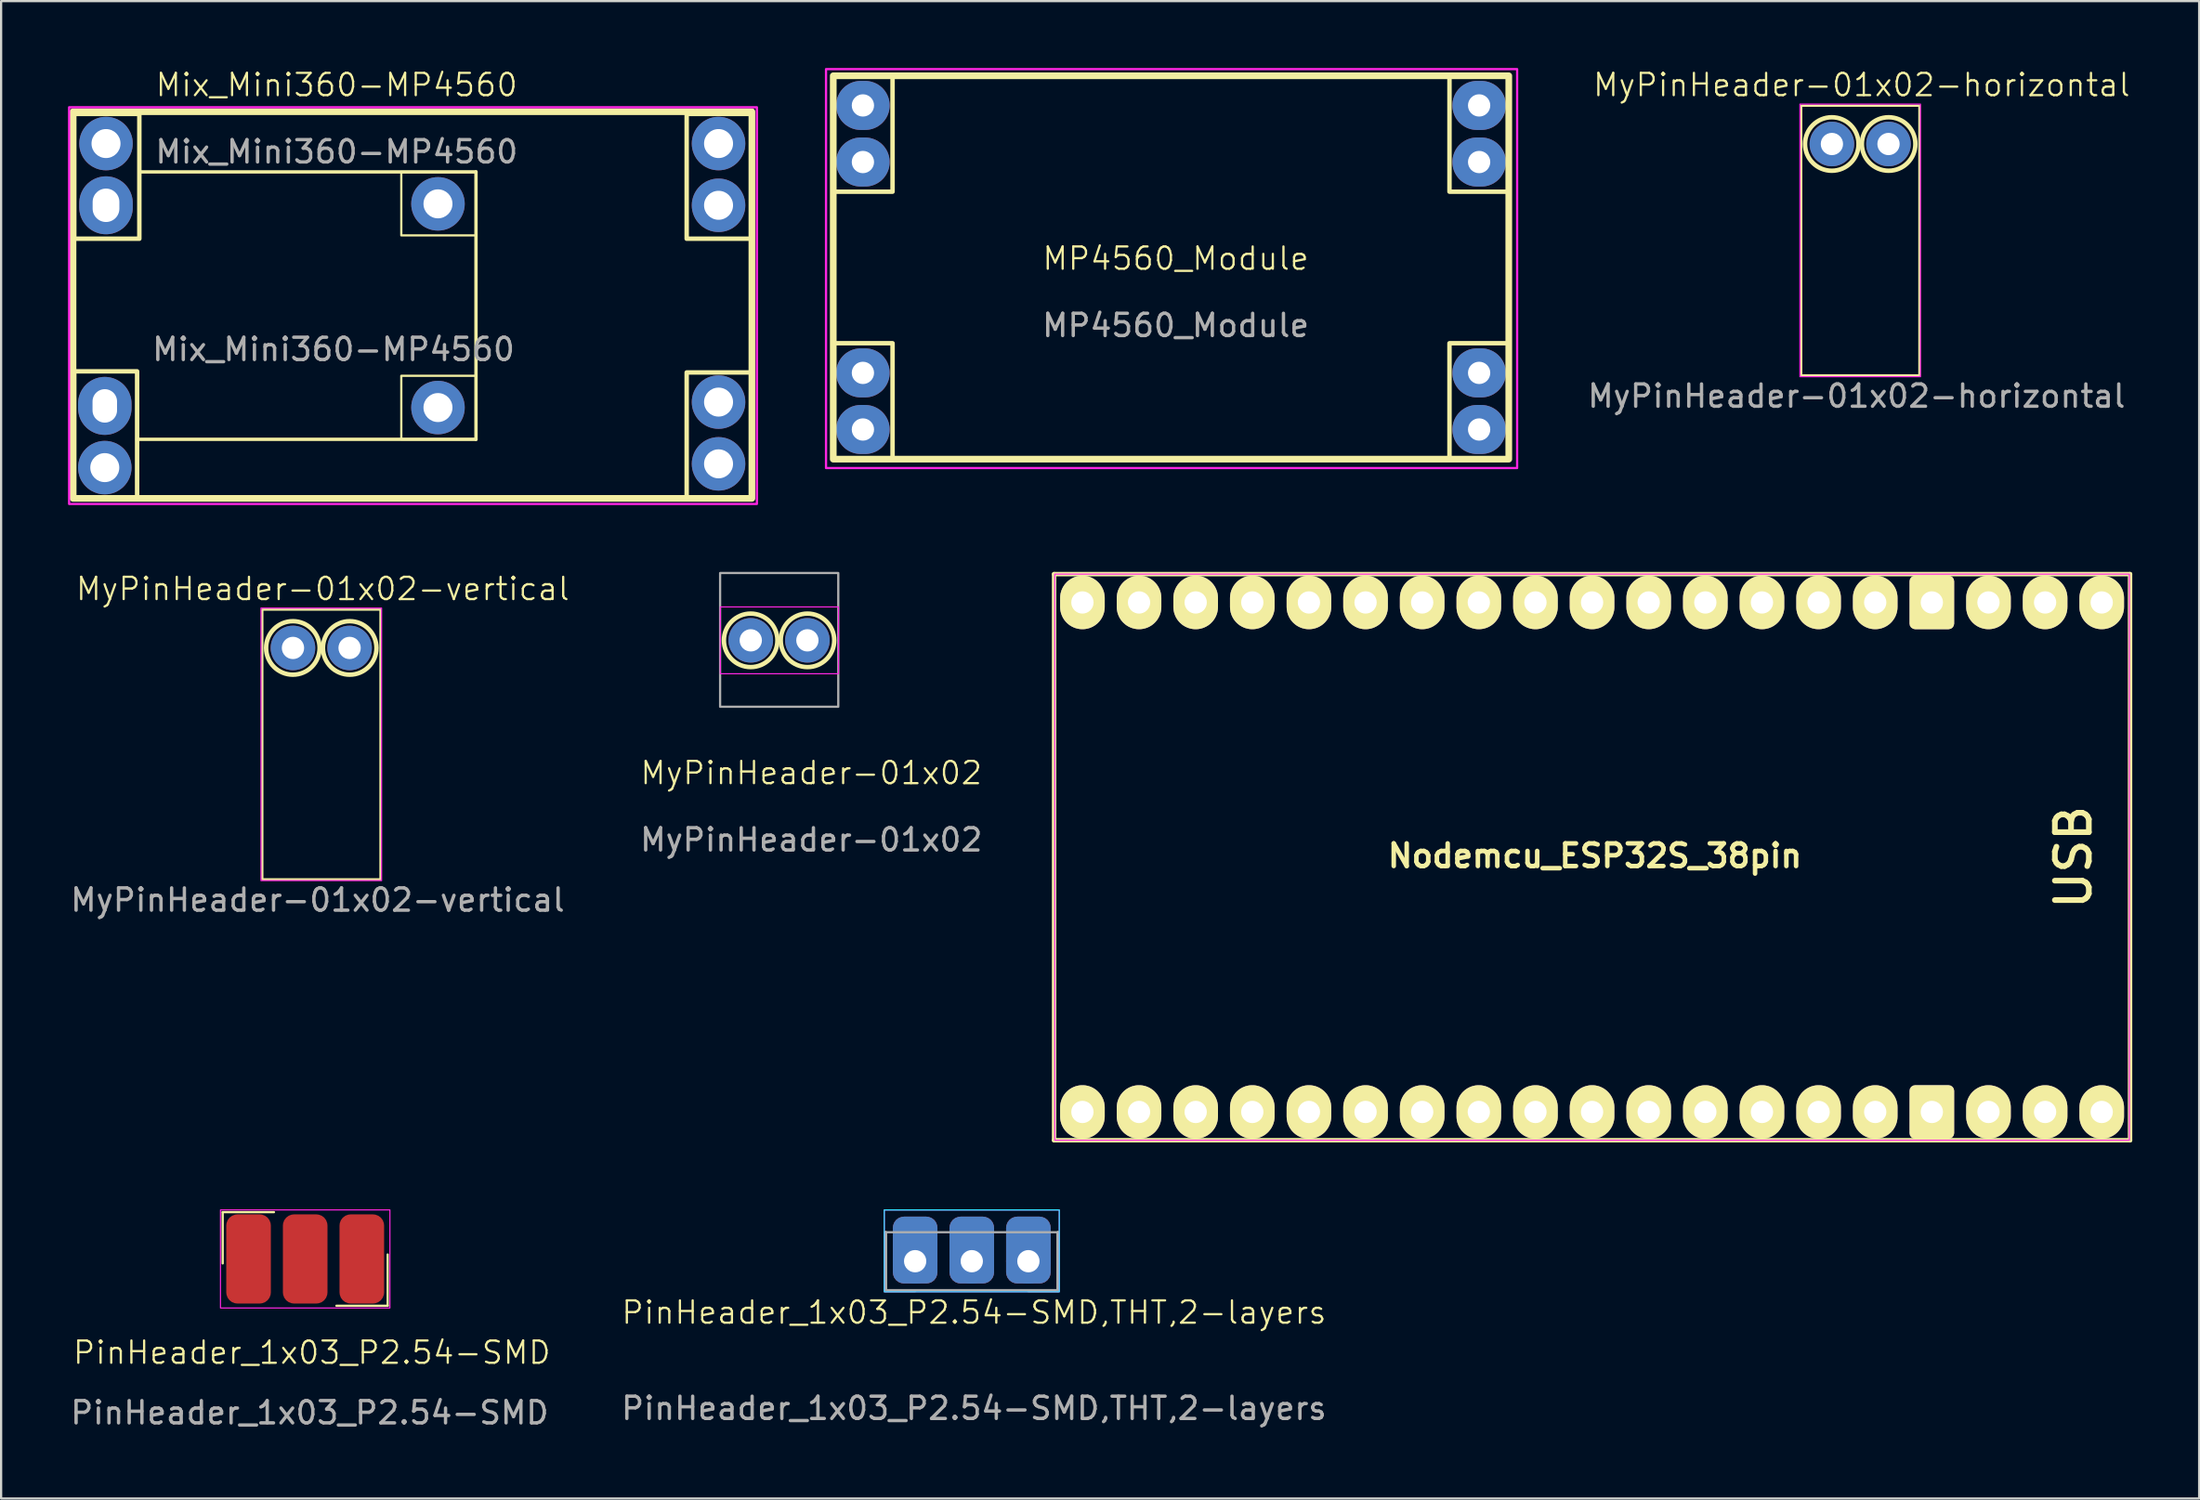
<source format=kicad_pcb>
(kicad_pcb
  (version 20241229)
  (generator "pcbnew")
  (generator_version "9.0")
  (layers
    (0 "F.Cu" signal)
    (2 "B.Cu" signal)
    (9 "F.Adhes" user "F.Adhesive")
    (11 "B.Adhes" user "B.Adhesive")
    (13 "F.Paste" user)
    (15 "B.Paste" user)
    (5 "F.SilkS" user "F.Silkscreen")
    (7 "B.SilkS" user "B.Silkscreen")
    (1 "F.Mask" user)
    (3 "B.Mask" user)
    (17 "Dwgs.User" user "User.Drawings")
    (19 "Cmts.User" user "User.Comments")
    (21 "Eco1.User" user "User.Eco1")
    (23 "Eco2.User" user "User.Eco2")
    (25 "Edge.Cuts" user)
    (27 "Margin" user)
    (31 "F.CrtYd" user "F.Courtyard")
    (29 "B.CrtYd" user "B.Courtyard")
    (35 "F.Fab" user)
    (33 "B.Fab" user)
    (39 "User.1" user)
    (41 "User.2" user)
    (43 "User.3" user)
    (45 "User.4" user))
  (footprint "Mix_Mini360-MP4560"
    (layer "F.Cu")
    (at 14.9 10.511)
    (property "Reference" "Mix_Mini360-MP4560" (at -2.85 -9.75 0) (unlocked yes) (layer "F.SilkS") (effects (font (size 1 1) (thickness 0.1))))
    (attr smd)
    (fp_line (start -11.7 -5.85) (end 3.4 -5.85) (stroke (width 0.15) (type solid)) (layer "F.SilkS"))
    (fp_line (start 3.4 6.15) (end -11.8 6.15) (stroke (width 0.15) (type solid)) (layer "F.SilkS"))
    (fp_line (start 3.4 6.15) (end 3.4 -5.85) (stroke (width 0.15) (type solid)) (layer "F.SilkS"))
    (fp_rect (start -14.675 -8.55) (end 15.775 8.8) (stroke (width 0.3) (type default)) (fill no) (layer "F.SilkS"))
    (fp_rect (start -14.625 -8.45) (end -11.7 -2.85) (stroke (width 0.2) (type default)) (fill no) (layer "F.SilkS"))
    (fp_rect (start -14.625 3.1) (end -11.8 8.75) (stroke (width 0.2) (type default)) (fill no) (layer "F.SilkS"))
    (fp_rect (start 0.05 -5.85) (end 3.4 -3) (stroke (width 0.1) (type default)) (fill no) (layer "F.SilkS"))
    (fp_rect (start 0.05 3.3) (end 3.4 6.15) (stroke (width 0.1) (type default)) (fill no) (layer "F.SilkS"))
    (fp_rect (start 12.85 -8.45) (end 15.775 -2.85) (stroke (width 0.2) (type default)) (fill no) (layer "F.SilkS"))
    (fp_rect (start 12.85 3.15) (end 15.775 8.75) (stroke (width 0.2) (type default)) (fill no) (layer "F.SilkS"))
    (fp_rect (start -14.85 -8.75) (end 16 9.05) (stroke (width 0.1) (type default)) (fill no) (layer "F.CrtYd"))
    (fp_text user "${REFERENCE}" (at -2.99 2.115 0) (unlocked yes) (layer "F.Fab") (effects (font (size 1 1) (thickness 0.15))))
    (fp_text user "${REFERENCE}" (at -2.85 -6.75 0) (unlocked yes) (layer "F.Fab") (effects (font (size 1 1) (thickness 0.15))))
    (pad "1" thru_hole oval (at -13.195 -7.12) (size 2.4 2.4) (drill 1.3) (layers "*.Cu" "*.Mask"))
    (pad "2" thru_hole oval (at -13.195 -4.35) (size 2.4 2.6) (drill oval 1.2 1.5) (layers "*.Cu" "*.Mask"))
    (pad "3" thru_hole oval (at -13.25 4.65) (size 2.4 2.6) (drill oval 1.1 1.5) (layers "*.Cu" "*.Mask"))
    (pad "3" thru_hole oval (at -13.25 7.42) (size 2.4 2.4) (drill 1.3) (layers "*.Cu" "*.Mask"))
    (pad "3" thru_hole oval (at 1.695 4.725) (size 2.4 2.4) (drill 1.3) (layers "*.Cu" "*.Mask"))
    (pad "3" thru_hole oval (at 14.28 4.48) (size 2.4 2.4) (drill 1.3) (layers "*.Cu" "*.Mask"))
    (pad "3" thru_hole oval (at 14.28 7.25) (size 2.4 2.4) (drill 1.3) (layers "*.Cu" "*.Mask"))
    (pad "4" thru_hole oval (at 1.695 -4.415) (size 2.4 2.4) (drill 1.3) (layers "*.Cu" "*.Mask"))
    (pad "4" thru_hole oval (at 14.28 -7.12) (size 2.4 2.4) (drill 1.3) (layers "*.Cu" "*.Mask"))
    (pad "4" thru_hole oval (at 14.28 -4.35) (size 2.4 2.4) (drill 1.3) (layers "*.Cu" "*.Mask")))
  (footprint "MyPinHeader-01x02-vertical"
    (layer "F.Cu")
    (at 11.346 30.801)
    (property "Reference" "MyPinHeader-01x02-vertical" (at 0.08 -7.43 0) (unlocked yes) (layer "F.SilkS") (effects (font (size 1 1) (thickness 0.1))))
    (attr through_hole)
    (fp_rect (start -2.63 -6.5) (end 2.67 5.6) (stroke (width 0.1) (type default)) (fill no) (layer "F.SilkS"))
    (fp_circle (center -1.26 -4.78) (end -0.06 -4.78) (stroke (width 0.2) (type default)) (fill no) (layer "F.SilkS"))
    (fp_circle (center 1.29 -4.78) (end 2.49 -4.78) (stroke (width 0.2) (type default)) (fill no) (layer "F.SilkS"))
    (fp_rect (start -2.69 -6.57) (end 2.72 5.66) (stroke (width 0.05) (type default)) (fill no) (layer "F.CrtYd"))
    (fp_text user "${REFERENCE}" (at -0.15 6.53 0) (unlocked yes) (layer "F.Fab") (effects (font (size 1 1) (thickness 0.15))))
    (pad "1" thru_hole circle (at -1.255 -4.78) (size 2 2) (drill 1) (layers "*.Cu" "*.Mask"))
    (pad "2" thru_hole circle (at 1.285 -4.78) (size 2 2) (drill 1) (layers "*.Cu" "*.Mask")))
  (footprint "PinHeader_1x03_P2.54-SMD"
    (layer "F.Cu")
    (at 10.639 53.435)
    (property "Reference" "PinHeader_1x03_P2.54-SMD" (at 0.3 4.2 0) (unlocked yes) (layer "F.SilkS") (effects (font (size 1 1) (thickness 0.1))))
    (attr smd)
    (fp_line (start -3.7 -2.1) (end -1.4 -2.1) (stroke (width 0.1) (type default)) (layer "F.SilkS"))
    (fp_line (start -3.7 0.2) (end -3.7 -2.1) (stroke (width 0.1) (type default)) (layer "F.SilkS"))
    (fp_line (start 3.7 -0.2) (end 3.7 2.1) (stroke (width 0.1) (type default)) (layer "F.SilkS"))
    (fp_line (start 3.7 2.1) (end 1.4 2.1) (stroke (width 0.1) (type default)) (layer "F.SilkS"))
    (fp_rect (start -3.8 -2.2) (end 3.8 2.2) (stroke (width 0.05) (type default)) (fill no) (layer "F.CrtYd"))
    (fp_text user "${REFERENCE}" (at 0.2 6.9 0) (unlocked yes) (layer "F.Fab") (effects (font (size 1 1) (thickness 0.15))))
    (pad "1" smd roundrect (at -2.54 0) (size 2 4) (layers "F.Cu" "F.Mask" "F.Paste") (roundrect_rratio 0.25))
    (pad "2" smd roundrect (at 0 0) (size 2 4) (layers "F.Cu" "F.Mask" "F.Paste") (roundrect_rratio 0.25))
    (pad "3" smd roundrect (at 2.54 0) (size 2 4) (layers "F.Cu" "F.Mask" "F.Paste") (roundrect_rratio 0.25)))
  (footprint "MyPinHeader-01x02-horizontal"
    (layer "F.Cu")
    (at 80.373 8.191)
    (property "Reference" "MyPinHeader-01x02-horizontal" (at 0.08 -7.43 0) (unlocked yes) (layer "F.SilkS") (effects (font (size 1 1) (thickness 0.1))))
    (attr through_hole)
    (fp_rect (start -2.63 -6.5) (end 2.67 5.6) (stroke (width 0.1) (type default)) (fill no) (layer "F.SilkS"))
    (fp_circle (center -1.26 -4.78) (end -0.06 -4.78) (stroke (width 0.2) (type default)) (fill no) (layer "F.SilkS"))
    (fp_circle (center 1.29 -4.78) (end 2.49 -4.78) (stroke (width 0.2) (type default)) (fill no) (layer "F.SilkS"))
    (fp_rect (start -2.69 -6.57) (end 2.72 5.66) (stroke (width 0.05) (type default)) (fill no) (layer "F.CrtYd"))
    (fp_text user "${REFERENCE}" (at -0.15 6.53 0) (unlocked yes) (layer "F.Fab") (effects (font (size 1 1) (thickness 0.15))))
    (pad "1" thru_hole circle (at -1.255 -4.78) (size 2 2) (drill 1) (layers "*.Cu" "*.Mask"))
    (pad "2" thru_hole circle (at 1.285 -4.78) (size 2 2) (drill 1) (layers "*.Cu" "*.Mask")))
  (footprint "MyPinHeader-01x02"
    (layer "F.Cu")
    (at 31.89 25.68)
    (property "Reference" "MyPinHeader-01x02" (at 1.45 5.95 0) (unlocked yes) (layer "F.SilkS") (effects (font (size 1 1) (thickness 0.1))))
    (attr through_hole)
    (fp_circle (center -1.27 0) (end -0.07 0) (stroke (width 0.2) (type default)) (fill no) (layer "F.SilkS"))
    (fp_circle (center 1.28 0) (end 2.48 0) (stroke (width 0.2) (type default)) (fill no) (layer "F.SilkS"))
    (fp_rect (start -2.63 -1.5) (end 2.67 1.5) (stroke (width 0.05) (type default)) (fill no) (layer "F.CrtYd"))
    (fp_rect (start -2.64 -3.02) (end 2.66 2.98) (stroke (width 0.1) (type default)) (fill no) (layer "F.Fab"))
    (fp_text user "${REFERENCE}" (at 1.45 8.95 0) (unlocked yes) (layer "F.Fab") (effects (font (size 1 1) (thickness 0.15))))
    (pad "1" thru_hole circle (at -1.265 0) (size 2 2) (drill 1) (layers "*.Cu" "*.Mask"))
    (pad "2" thru_hole circle (at 1.275 0) (size 2 2) (drill 1) (layers "*.Cu" "*.Mask")))
  (footprint "PinHeader_1x03_P2.54-SMD,THT,2-layers"
    (layer "F.Cu")
    (at 40.538 52.836)
    (property "Reference" "PinHeader_1x03_P2.54-SMD,THT,2-layers" (at 0.1 3 0) (unlocked yes) (layer "F.SilkS") (effects (font (size 1 1) (thickness 0.1))))
    (fp_line (start -3.87 2.03) (end -3.87 -0.6) (stroke (width 0.12) (type solid)) (layer "F.SilkS"))
    (fp_line (start -2.54 2.03) (end -3.87 2.03) (stroke (width 0.12) (type solid)) (layer "F.SilkS"))
    (fp_line (start 3.87 -0.6) (end 3.87 2.03) (stroke (width 0.12) (type solid)) (layer "F.SilkS"))
    (fp_line (start 3.87 2.03) (end 2.54 2.03) (stroke (width 0.12) (type solid)) (layer "F.SilkS"))
    (fp_rect (start -3.925 -1.6) (end 3.925 2.075) (stroke (width 0.05) (type default)) (fill no) (layer "B.CrtYd"))
    (fp_rect (start -3.925 -1.6) (end 3.925 2.075) (stroke (width 0.05) (type default)) (fill no) (layer "F.CrtYd"))
    (fp_rect (start -3.85 -0.6) (end 3.85 2) (stroke (width 0.1) (type default)) (fill no) (layer "F.Fab"))
    (fp_text user "${REFERENCE}" (at 0.1 7.3 0) (unlocked yes) (layer "F.Fab") (effects (font (size 1 1) (thickness 0.15))))
    (pad "1" smd roundrect (at -2.54 0.2) (size 2 3) (layers "F.Cu" "F.Mask" "F.Paste") (roundrect_rratio 0.25))
    (pad "1" smd roundrect (at -2.54 0.2) (size 2 3) (layers "B.Cu" "B.Mask" "B.Paste") (roundrect_rratio 0.25))
    (pad "1" thru_hole circle (at -2.54 0.7) (size 2 2) (drill 1) (layers "*.Cu" "*.Mask"))
    (pad "2" smd roundrect (at 0 0.2) (size 2 3) (layers "F.Cu" "F.Mask" "F.Paste") (roundrect_rratio 0.25))
    (pad "2" smd roundrect (at 0 0.2) (size 2 3) (layers "B.Cu" "B.Mask" "B.Paste") (roundrect_rratio 0.25))
    (pad "2" thru_hole circle (at 0 0.7) (size 2 2) (drill 1) (layers "*.Cu" "*.Mask"))
    (pad "3" smd roundrect (at 2.54 0.2) (size 2 3) (layers "F.Cu" "F.Mask" "F.Paste") (roundrect_rratio 0.25))
    (pad "3" smd roundrect (at 2.54 0.2) (size 2 3) (layers "B.Cu" "B.Mask" "B.Paste") (roundrect_rratio 0.25))
    (pad "3" thru_hole circle (at 2.54 0.7) (size 2 2) (drill 1) (layers "*.Cu" "*.Mask")))
  (footprint "MP4560_Module"
    (layer "F.Cu")
    (at 49.685 9.05)
    (property "Reference" "MP4560_Module" (at 0 -0.5 0) (unlocked yes) (layer "F.SilkS") (effects (font (size 1 1) (thickness 0.1))))
    (attr through_hole)
    (fp_rect (start -15.36 -8.7) (end -12.7 -3.5) (stroke (width 0.2) (type default)) (fill no) (layer "F.SilkS"))
    (fp_rect (start -15.36 -8.7) (end 14.94 8.5) (stroke (width 0.3) (type default)) (fill no) (layer "F.SilkS"))
    (fp_rect (start -15.36 3.3) (end -12.7 8.5) (stroke (width 0.2) (type default)) (fill no) (layer "F.SilkS"))
    (fp_rect (start 12.28 -8.7) (end 14.94 -3.5) (stroke (width 0.2) (type default)) (fill no) (layer "F.SilkS"))
    (fp_rect (start 12.28 3.3) (end 14.94 8.5) (stroke (width 0.2) (type default)) (fill no) (layer "F.SilkS"))
    (fp_rect (start -15.685 -9) (end 15.315 8.9) (stroke (width 0.1) (type default)) (fill no) (layer "F.CrtYd"))
    (fp_text user "${REFERENCE}" (at 0 2.5 0) (unlocked yes) (layer "F.Fab") (effects (font (size 1 1) (thickness 0.15))))
    (pad "1" thru_hole oval (at -14.03 -7.37) (size 2.4 2.2) (drill 1) (layers "*.Cu" "*.Mask"))
    (pad "2" thru_hole oval (at -14.03 -4.83) (size 2.4 2.2) (drill 1) (layers "*.Cu" "*.Mask"))
    (pad "3" thru_hole oval (at -14.03 4.63) (size 2.4 2.2) (drill 1) (layers "*.Cu" "*.Mask"))
    (pad "3" thru_hole oval (at -14.03 7.17) (size 2.4 2.2) (drill 1) (layers "*.Cu" "*.Mask"))
    (pad "3" thru_hole oval (at 13.61 4.63) (size 2.4 2.2) (drill 1) (layers "*.Cu" "*.Mask"))
    (pad "3" thru_hole oval (at 13.61 7.17) (size 2.4 2.2) (drill 1) (layers "*.Cu" "*.Mask"))
    (pad "4" thru_hole oval (at 13.61 -7.37) (size 2.4 2.2) (drill 1) (layers "*.Cu" "*.Mask"))
    (pad "4" thru_hole oval (at 13.61 -4.83) (size 2.4 2.2) (drill 1) (layers "*.Cu" "*.Mask")))
  (footprint "Nodemcu_ESP32S_38pin"
    (layer "F.Cu")
    (at 68.361 35.41)
    (property "Reference" "Nodemcu_ESP32S_38pin" (at 0.127 -0.064 0) (layer "F.SilkS") (effects (font (size 1.016 1.016) (thickness 0.203))))
    (attr through_hole)
    (fp_line (start -24.13 -12.7) (end -24.13 12.7) (stroke (width 0.2) (type solid)) (layer "F.SilkS"))
    (fp_line (start -24.13 -12.7) (end 24.13 -12.7) (stroke (width 0.2) (type solid)) (layer "F.SilkS"))
    (fp_line (start 24.13 12.7) (end -24.13 12.7) (stroke (width 0.2) (type solid)) (layer "F.SilkS"))
    (fp_line (start 24.13 12.7) (end 24.13 -12.7) (stroke (width 0.2) (type solid)) (layer "F.SilkS"))
    (fp_rect (start -24.1 -12.7) (end 24.1 12.7) (stroke (width 0.05) (type default)) (fill no) (layer "F.CrtYd"))
    (fp_text user "USB" (at 21.59 0 90) (layer "F.SilkS") (effects (font (size 1.524 1.524) (thickness 0.254))))
    (pad "1" thru_hole oval (at -22.86 11.43 180) (size 2 2.4) (drill 1) (layers "*.Cu" "*.Mask" "F.SilkS"))
    (pad "2" thru_hole oval (at -20.32 11.43 180) (size 2 2.4) (drill 1) (layers "*.Cu" "*.Mask" "F.SilkS"))
    (pad "3" thru_hole oval (at -17.78 11.43 180) (size 2 2.4) (drill 1) (layers "*.Cu" "*.Mask" "F.SilkS"))
    (pad "4" thru_hole oval (at -15.24 11.43 180) (size 2 2.4) (drill 1) (layers "*.Cu" "*.Mask" "F.SilkS"))
    (pad "5" thru_hole oval (at -12.7 11.43 180) (size 2 2.4) (drill 1) (layers "*.Cu" "*.Mask" "F.SilkS"))
    (pad "6" thru_hole oval (at -10.16 11.43 180) (size 2 2.4) (drill 1) (layers "*.Cu" "*.Mask" "F.SilkS"))
    (pad "7" thru_hole oval (at -7.62 11.43 180) (size 2 2.4) (drill 1) (layers "*.Cu" "*.Mask" "F.SilkS"))
    (pad "8" thru_hole oval (at -5.08 11.43 180) (size 2 2.4) (drill 1) (layers "*.Cu" "*.Mask" "F.SilkS"))
    (pad "9" thru_hole oval (at -2.54 11.43 180) (size 2 2.4) (drill 1) (layers "*.Cu" "*.Mask" "F.SilkS"))
    (pad "10" thru_hole oval (at 0 11.43 180) (size 2 2.4) (drill 1) (layers "*.Cu" "*.Mask" "F.SilkS"))
    (pad "11" thru_hole oval (at 2.54 11.43 180) (size 2 2.4) (drill 1) (layers "*.Cu" "*.Mask" "F.SilkS"))
    (pad "12" thru_hole oval (at 5.08 11.43 180) (size 2 2.4) (drill 1) (layers "*.Cu" "*.Mask" "F.SilkS"))
    (pad "13" thru_hole oval (at 7.62 11.43 180) (size 2 2.4) (drill 1) (layers "*.Cu" "*.Mask" "F.SilkS"))
    (pad "14" thru_hole oval (at 10.16 11.43 180) (size 2 2.4) (drill 1) (layers "*.Cu" "*.Mask" "F.SilkS"))
    (pad "15" thru_hole oval (at 12.7 11.43 180) (size 2 2.4) (drill 1) (layers "*.Cu" "*.Mask" "F.SilkS"))
    (pad "16" thru_hole roundrect (at 15.24 11.43 180) (size 2 2.4) (drill 1) (layers "*.Cu" "*.Mask" "F.SilkS") (roundrect_rratio 0.125))
    (pad "17" thru_hole oval (at 17.78 11.43 180) (size 2 2.4) (drill 1) (layers "*.Cu" "*.Mask" "F.SilkS"))
    (pad "18" thru_hole oval (at 20.32 11.43 180) (size 2 2.4) (drill 1) (layers "*.Cu" "*.Mask" "F.SilkS"))
    (pad "19" thru_hole oval (at 22.86 11.43 180) (size 2 2.4) (drill 1) (layers "*.Cu" "*.Mask" "F.SilkS"))
    (pad "20" thru_hole oval (at 22.86 -11.43 180) (size 2 2.4) (drill 1) (layers "*.Cu" "*.Mask" "F.SilkS"))
    (pad "21" thru_hole oval (at 20.32 -11.43 180) (size 2 2.4) (drill 1) (layers "*.Cu" "*.Mask" "F.SilkS"))
    (pad "22" thru_hole oval (at 17.78 -11.43 180) (size 2 2.4) (drill 1) (layers "*.Cu" "*.Mask" "F.SilkS"))
    (pad "23" thru_hole roundrect (at 15.24 -11.43 180) (size 2 2.4) (drill 1) (layers "*.Cu" "*.Mask" "F.SilkS") (roundrect_rratio 0.125))
    (pad "24" thru_hole oval (at 12.7 -11.43 180) (size 2 2.4) (drill 1) (layers "*.Cu" "*.Mask" "F.SilkS"))
    (pad "25" thru_hole oval (at 10.16 -11.43 180) (size 2 2.4) (drill 1) (layers "*.Cu" "*.Mask" "F.SilkS"))
    (pad "26" thru_hole oval (at 7.62 -11.43 180) (size 2 2.4) (drill 1) (layers "*.Cu" "*.Mask" "F.SilkS"))
    (pad "27" thru_hole oval (at 5.08 -11.43 180) (size 2 2.4) (drill 1) (layers "*.Cu" "*.Mask" "F.SilkS"))
    (pad "28" thru_hole oval (at 2.54 -11.43 180) (size 2 2.4) (drill 1) (layers "*.Cu" "*.Mask" "F.SilkS"))
    (pad "29" thru_hole oval (at 0 -11.43 180) (size 2 2.4) (drill 1) (layers "*.Cu" "*.Mask" "F.SilkS"))
    (pad "30" thru_hole oval (at -2.54 -11.43 180) (size 2 2.4) (drill 1) (layers "*.Cu" "*.Mask" "F.SilkS"))
    (pad "31" thru_hole oval (at -5.08 -11.43 180) (size 2 2.4) (drill 1) (layers "*.Cu" "*.Mask" "F.SilkS"))
    (pad "32" thru_hole oval (at -7.62 -11.43 180) (size 2 2.4) (drill 1) (layers "*.Cu" "*.Mask" "F.SilkS"))
    (pad "33" thru_hole oval (at -10.16 -11.43 180) (size 2 2.4) (drill 1) (layers "*.Cu" "*.Mask" "F.SilkS"))
    (pad "34" thru_hole oval (at -12.7 -11.43 180) (size 2 2.4) (drill 1) (layers "*.Cu" "*.Mask" "F.SilkS"))
    (pad "35" thru_hole oval (at -15.24 -11.43 180) (size 2 2.4) (drill 1) (layers "*.Cu" "*.Mask" "F.SilkS"))
    (pad "36" thru_hole oval (at -17.78 -11.43 180) (size 2 2.4) (drill 1) (layers "*.Cu" "*.Mask" "F.SilkS"))
    (pad "37" thru_hole oval (at -20.32 -11.43 180) (size 2 2.4) (drill 1) (layers "*.Cu" "*.Mask" "F.SilkS"))
    (pad "38" thru_hole oval (at -22.86 -11.43 180) (size 2 2.4) (drill 1) (layers "*.Cu" "*.Mask" "F.SilkS")))
  (gr_rect
    (start -3 -3)
    (end 95.591 64.184)
    (stroke (width 0.1) (type default))
    (fill no)
    (layer "Edge.Cuts")))
</source>
